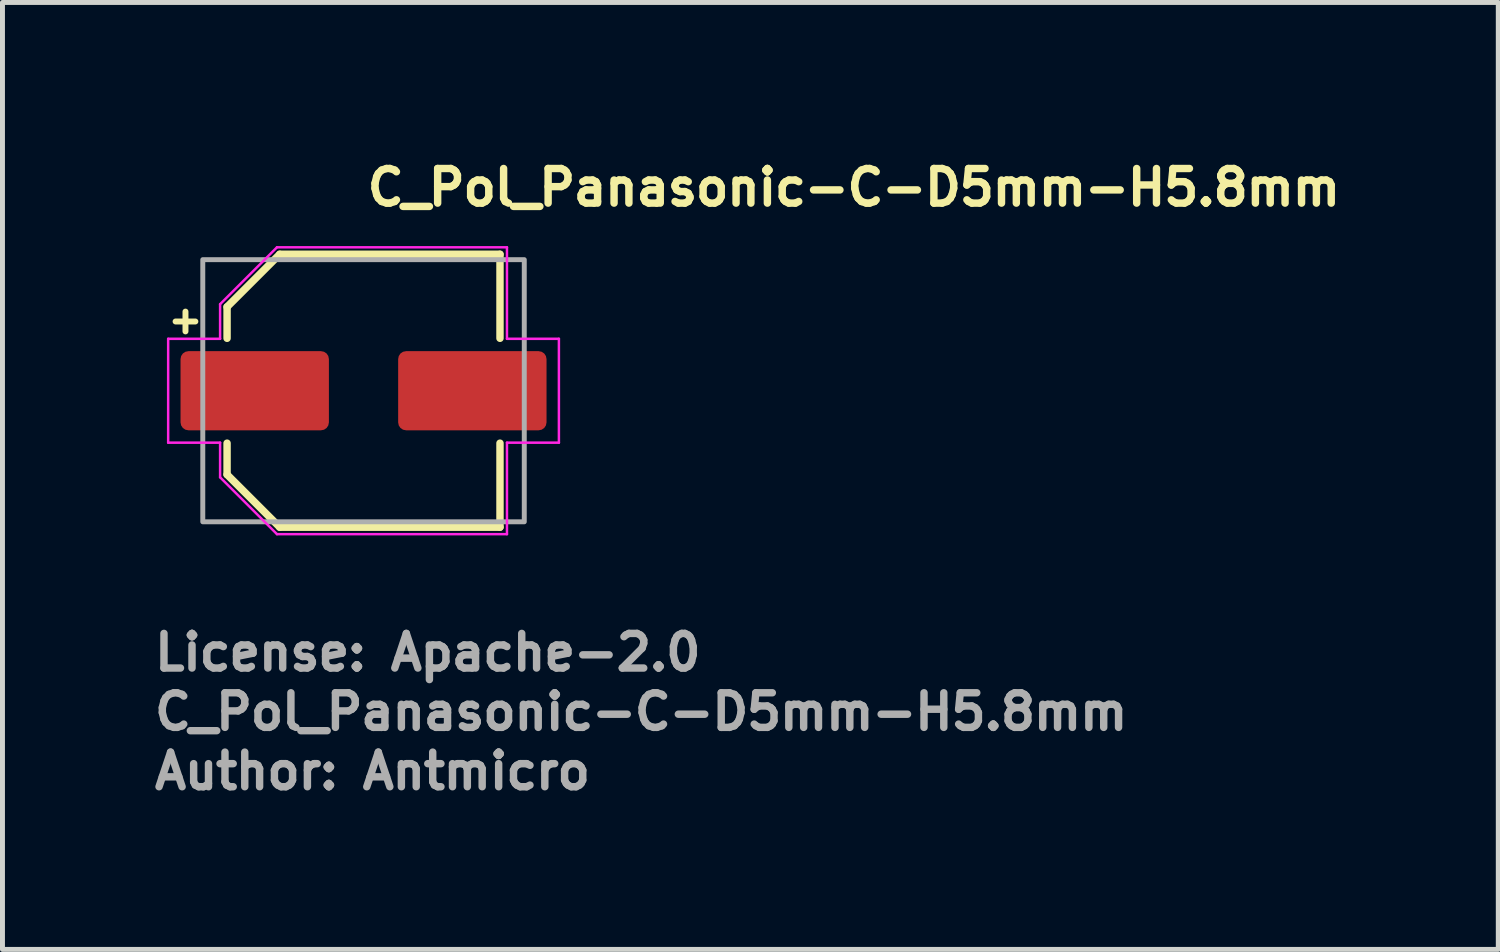
<source format=kicad_pcb>
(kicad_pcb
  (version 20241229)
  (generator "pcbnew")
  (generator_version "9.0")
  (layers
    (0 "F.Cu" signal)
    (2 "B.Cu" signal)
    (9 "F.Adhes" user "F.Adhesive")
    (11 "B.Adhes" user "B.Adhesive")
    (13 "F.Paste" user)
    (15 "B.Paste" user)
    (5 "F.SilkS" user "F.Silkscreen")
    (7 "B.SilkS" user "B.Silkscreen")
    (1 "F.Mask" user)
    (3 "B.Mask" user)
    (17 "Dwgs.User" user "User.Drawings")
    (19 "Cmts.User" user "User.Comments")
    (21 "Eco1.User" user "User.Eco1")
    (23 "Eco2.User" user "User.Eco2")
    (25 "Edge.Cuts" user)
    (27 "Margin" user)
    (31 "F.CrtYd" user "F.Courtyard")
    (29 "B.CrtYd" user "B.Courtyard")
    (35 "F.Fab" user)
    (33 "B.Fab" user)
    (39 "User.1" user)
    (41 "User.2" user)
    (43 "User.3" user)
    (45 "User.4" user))
  (footprint "C_Pol_Panasonic-C-D5mm-H5.8mm"
    (layer "F.Cu")
    (at 4.3 4.85)
    (property "Reference" "C_Pol_Panasonic-C-D5mm-H5.8mm" (at 0 -3.7 0) (layer "F.SilkS") (effects (font (size 0.7 0.7) (thickness 0.15)) (justify left bottom)))
    (attr smd)
    (fp_line (start -3.8 -1.4) (end -3.4 -1.4) (stroke (width 0.12) (type solid)) (layer "F.SilkS"))
    (fp_line (start -3.6 -1.6) (end -3.6 -1.2) (stroke (width 0.12) (type solid)) (layer "F.SilkS"))
    (fp_line (start -2.759 -1.695) (end -2.759 -1.06) (stroke (width 0.15) (type solid)) (layer "F.SilkS"))
    (fp_line (start -2.759 -1.695) (end -1.695 -2.759) (stroke (width 0.15) (type solid)) (layer "F.SilkS"))
    (fp_line (start -2.759 1.695) (end -2.759 1.06) (stroke (width 0.15) (type solid)) (layer "F.SilkS"))
    (fp_line (start -2.759 1.695) (end -1.695 2.759) (stroke (width 0.15) (type solid)) (layer "F.SilkS"))
    (fp_line (start -1.695 -2.759) (end 2.759 -2.759) (stroke (width 0.15) (type solid)) (layer "F.SilkS"))
    (fp_line (start -1.695 2.759) (end 2.759 2.759) (stroke (width 0.15) (type solid)) (layer "F.SilkS"))
    (fp_line (start 2.759 -2.759) (end 2.759 -1.06) (stroke (width 0.15) (type solid)) (layer "F.SilkS"))
    (fp_line (start 2.759 2.759) (end 2.759 1.06) (stroke (width 0.15) (type solid)) (layer "F.SilkS"))
    (fp_line (start -3.95 -1.05) (end -3.95 1.05) (stroke (width 0.05) (type solid)) (layer "F.CrtYd"))
    (fp_line (start -3.95 1.05) (end -2.9 1.05) (stroke (width 0.05) (type solid)) (layer "F.CrtYd"))
    (fp_line (start -2.9 -1.75) (end -2.9 -1.05) (stroke (width 0.05) (type solid)) (layer "F.CrtYd"))
    (fp_line (start -2.9 -1.75) (end -1.75 -2.9) (stroke (width 0.05) (type solid)) (layer "F.CrtYd"))
    (fp_line (start -2.9 -1.05) (end -3.95 -1.05) (stroke (width 0.05) (type solid)) (layer "F.CrtYd"))
    (fp_line (start -2.9 1.05) (end -2.9 1.75) (stroke (width 0.05) (type solid)) (layer "F.CrtYd"))
    (fp_line (start -2.9 1.75) (end -1.75 2.9) (stroke (width 0.05) (type solid)) (layer "F.CrtYd"))
    (fp_line (start -1.75 -2.9) (end 2.9 -2.9) (stroke (width 0.05) (type solid)) (layer "F.CrtYd"))
    (fp_line (start -1.75 2.9) (end 2.9 2.9) (stroke (width 0.05) (type solid)) (layer "F.CrtYd"))
    (fp_line (start 2.9 -2.9) (end 2.9 -1.05) (stroke (width 0.05) (type solid)) (layer "F.CrtYd"))
    (fp_line (start 2.9 -1.05) (end 3.95 -1.05) (stroke (width 0.05) (type solid)) (layer "F.CrtYd"))
    (fp_line (start 2.9 1.05) (end 2.9 2.9) (stroke (width 0.05) (type solid)) (layer "F.CrtYd"))
    (fp_line (start 3.95 -1.05) (end 3.95 1.05) (stroke (width 0.05) (type solid)) (layer "F.CrtYd"))
    (fp_line (start 3.95 1.05) (end 2.9 1.05) (stroke (width 0.05) (type solid)) (layer "F.CrtYd"))
    (fp_rect (start -3.25 -2.65) (end 3.25 2.65) (stroke (width 0.1) (type solid)) (fill no) (layer "F.Fab"))
    (fp_rect (start -3.25 -2.65) (end 3.25 2.65) (stroke (width 0.1) (type solid)) (fill no) (layer "User.5"))
    (fp_line (start -3.25 -0.325) (end -3.25 0.325) (stroke (width 0.02) (type solid)) (layer "User.9"))
    (fp_line (start -3.25 0.325) (end -2.65 0.325) (stroke (width 0.02) (type solid)) (layer "User.9"))
    (fp_line (start -2.65 -1.649) (end -2.65 -0.517) (stroke (width 0.02) (type solid)) (layer "User.9"))
    (fp_line (start -2.65 -0.517) (end -2.65 0.517) (stroke (width 0.02) (type solid)) (layer "User.9"))
    (fp_line (start -2.65 -0.517) (end -2.628 -0.617) (stroke (width 0.02) (type solid)) (layer "User.9"))
    (fp_line (start -2.65 -0.325) (end -3.25 -0.325) (stroke (width 0.02) (type solid)) (layer "User.9"))
    (fp_line (start -2.65 0.517) (end -2.65 1.649) (stroke (width 0.02) (type solid)) (layer "User.9"))
    (fp_line (start -2.65 1.649) (end -1.649 2.65) (stroke (width 0.02) (type solid)) (layer "User.9"))
    (fp_line (start -2.628 -0.617) (end -2.603 -0.716) (stroke (width 0.02) (type solid)) (layer "User.9"))
    (fp_line (start -2.628 0.617) (end -2.65 0.517) (stroke (width 0.02) (type solid)) (layer "User.9"))
    (fp_line (start -2.603 -0.716) (end -2.542 -0.909) (stroke (width 0.02) (type solid)) (layer "User.9"))
    (fp_line (start -2.603 0.716) (end -2.628 0.617) (stroke (width 0.02) (type solid)) (layer "User.9"))
    (fp_line (start -2.542 -0.909) (end -2.467 -1.096) (stroke (width 0.02) (type solid)) (layer "User.9"))
    (fp_line (start -2.542 0.909) (end -2.603 0.716) (stroke (width 0.02) (type solid)) (layer "User.9"))
    (fp_line (start -2.5 0) (end -2.495 -0.148) (stroke (width 0.02) (type solid)) (layer "User.9"))
    (fp_line (start -2.498 0.073) (end -2.5 0) (stroke (width 0.02) (type solid)) (layer "User.9"))
    (fp_line (start -2.495 -0.148) (end -2.482 -0.295) (stroke (width 0.02) (type solid)) (layer "User.9"))
    (fp_line (start -2.495 0.147) (end -2.498 0.073) (stroke (width 0.02) (type solid)) (layer "User.9"))
    (fp_line (start -2.495 0.148) (end -2.5 0) (stroke (width 0.02) (type solid)) (layer "User.9"))
    (fp_line (start -2.49 0.221) (end -2.495 0.147) (stroke (width 0.02) (type solid)) (layer "User.9"))
    (fp_line (start -2.482 -0.295) (end -2.46 -0.441) (stroke (width 0.02) (type solid)) (layer "User.9"))
    (fp_line (start -2.482 0.295) (end -2.495 0.148) (stroke (width 0.02) (type solid)) (layer "User.9"))
    (fp_line (start -2.482 0.295) (end -2.49 0.221) (stroke (width 0.02) (type solid)) (layer "User.9"))
    (fp_line (start -2.472 0.369) (end -2.482 0.295) (stroke (width 0.02) (type solid)) (layer "User.9"))
    (fp_line (start -2.467 -1.096) (end -2.379 -1.275) (stroke (width 0.02) (type solid)) (layer "User.9"))
    (fp_line (start -2.467 1.096) (end -2.542 0.909) (stroke (width 0.02) (type solid)) (layer "User.9"))
    (fp_line (start -2.46 -0.441) (end -2.43 -0.584) (stroke (width 0.02) (type solid)) (layer "User.9"))
    (fp_line (start -2.46 0.441) (end -2.482 0.295) (stroke (width 0.02) (type solid)) (layer "User.9"))
    (fp_line (start -2.46 0.442) (end -2.472 0.369) (stroke (width 0.02) (type solid)) (layer "User.9"))
    (fp_line (start -2.446 0.515) (end -2.46 0.442) (stroke (width 0.02) (type solid)) (layer "User.9"))
    (fp_line (start -2.43 -0.584) (end -2.392 -0.725) (stroke (width 0.02) (type solid)) (layer "User.9"))
    (fp_line (start -2.43 0.584) (end -2.46 0.441) (stroke (width 0.02) (type solid)) (layer "User.9"))
    (fp_line (start -2.429 0.588) (end -2.446 0.515) (stroke (width 0.02) (type solid)) (layer "User.9"))
    (fp_line (start -2.411 0.66) (end -2.429 0.588) (stroke (width 0.02) (type solid)) (layer "User.9"))
    (fp_line (start -2.392 -0.725) (end -2.346 -0.863) (stroke (width 0.02) (type solid)) (layer "User.9"))
    (fp_line (start -2.392 0.725) (end -2.43 0.584) (stroke (width 0.02) (type solid)) (layer "User.9"))
    (fp_line (start -2.39 0.732) (end -2.411 0.66) (stroke (width 0.02) (type solid)) (layer "User.9"))
    (fp_line (start -2.379 -1.275) (end -2.279 -1.447) (stroke (width 0.02) (type solid)) (layer "User.9"))
    (fp_line (start -2.379 1.275) (end -2.467 1.096) (stroke (width 0.02) (type solid)) (layer "User.9"))
    (fp_line (start -2.367 0.803) (end -2.39 0.732) (stroke (width 0.02) (type solid)) (layer "User.9"))
    (fp_line (start -2.346 -0.863) (end -2.292 -0.998) (stroke (width 0.02) (type solid)) (layer "User.9"))
    (fp_line (start -2.346 0.863) (end -2.392 0.725) (stroke (width 0.02) (type solid)) (layer "User.9"))
    (fp_line (start -2.342 0.873) (end -2.367 0.803) (stroke (width 0.02) (type solid)) (layer "User.9"))
    (fp_line (start -2.315 0.943) (end -2.342 0.873) (stroke (width 0.02) (type solid)) (layer "User.9"))
    (fp_line (start -2.292 -0.998) (end -2.23 -1.129) (stroke (width 0.02) (type solid)) (layer "User.9"))
    (fp_line (start -2.292 0.998) (end -2.346 0.863) (stroke (width 0.02) (type solid)) (layer "User.9"))
    (fp_line (start -2.286 1.011) (end -2.315 0.943) (stroke (width 0.02) (type solid)) (layer "User.9"))
    (fp_line (start -2.279 -1.447) (end -2.167 -1.61) (stroke (width 0.02) (type solid)) (layer "User.9"))
    (fp_line (start -2.279 1.447) (end -2.379 1.275) (stroke (width 0.02) (type solid)) (layer "User.9"))
    (fp_line (start -2.259 -1.07) (end -2.223 -1.142) (stroke (width 0.02) (type solid)) (layer "User.9"))
    (fp_line (start -2.259 -1.07) (end -2.223 -1.142) (stroke (width 0.02) (type solid)) (layer "User.9"))
    (fp_line (start -2.254 1.079) (end -2.286 1.011) (stroke (width 0.02) (type solid)) (layer "User.9"))
    (fp_line (start -2.23 -1.129) (end -2.16 -1.257) (stroke (width 0.02) (type solid)) (layer "User.9"))
    (fp_line (start -2.23 1.129) (end -2.292 0.998) (stroke (width 0.02) (type solid)) (layer "User.9"))
    (fp_line (start -2.223 -1.142) (end -2.185 -1.213) (stroke (width 0.02) (type solid)) (layer "User.9"))
    (fp_line (start -2.223 -1.142) (end -2.185 -1.213) (stroke (width 0.02) (type solid)) (layer "User.9"))
    (fp_line (start -2.223 1.142) (end -2.259 1.07) (stroke (width 0.02) (type solid)) (layer "User.9"))
    (fp_line (start -2.221 1.146) (end -2.254 1.079) (stroke (width 0.02) (type solid)) (layer "User.9"))
    (fp_line (start -2.221 1.146) (end -2.221 1.146) (stroke (width 0.02) (type solid)) (layer "User.9"))
    (fp_line (start -2.186 1.213) (end -2.221 1.146) (stroke (width 0.02) (type solid)) (layer "User.9"))
    (fp_line (start -2.185 -1.213) (end -2.145 -1.283) (stroke (width 0.02) (type solid)) (layer "User.9"))
    (fp_line (start -2.185 -1.213) (end -2.145 -1.283) (stroke (width 0.02) (type solid)) (layer "User.9"))
    (fp_line (start -2.185 1.213) (end -2.223 1.142) (stroke (width 0.02) (type solid)) (layer "User.9"))
    (fp_line (start -2.167 -1.61) (end -2.043 -1.764) (stroke (width 0.02) (type solid)) (layer "User.9"))
    (fp_line (start -2.167 1.61) (end -2.279 1.447) (stroke (width 0.02) (type solid)) (layer "User.9"))
    (fp_line (start -2.16 -1.257) (end -2.084 -1.38) (stroke (width 0.02) (type solid)) (layer "User.9"))
    (fp_line (start -2.16 1.257) (end -2.23 1.129) (stroke (width 0.02) (type solid)) (layer "User.9"))
    (fp_line (start -2.148 1.278) (end -2.186 1.213) (stroke (width 0.02) (type solid)) (layer "User.9"))
    (fp_line (start -2.145 -1.283) (end -2.103 -1.351) (stroke (width 0.02) (type solid)) (layer "User.9"))
    (fp_line (start -2.145 -1.283) (end -2.103 -1.351) (stroke (width 0.02) (type solid)) (layer "User.9"))
    (fp_line (start -2.145 1.283) (end -2.185 1.213) (stroke (width 0.02) (type solid)) (layer "User.9"))
    (fp_line (start -2.109 1.341) (end -2.148 1.278) (stroke (width 0.02) (type solid)) (layer "User.9"))
    (fp_line (start -2.103 -1.351) (end -2.058 -1.418) (stroke (width 0.02) (type solid)) (layer "User.9"))
    (fp_line (start -2.103 -1.351) (end -2.058 -1.418) (stroke (width 0.02) (type solid)) (layer "User.9"))
    (fp_line (start -2.103 1.351) (end -2.145 1.283) (stroke (width 0.02) (type solid)) (layer "User.9"))
    (fp_line (start -2.084 -1.38) (end -2 -1.499) (stroke (width 0.02) (type solid)) (layer "User.9"))
    (fp_line (start -2.084 1.38) (end -2.16 1.257) (stroke (width 0.02) (type solid)) (layer "User.9"))
    (fp_line (start -2.068 1.404) (end -2.109 1.341) (stroke (width 0.02) (type solid)) (layer "User.9"))
    (fp_line (start -2.058 -1.418) (end -2.012 -1.483) (stroke (width 0.02) (type solid)) (layer "User.9"))
    (fp_line (start -2.058 -1.418) (end -2.012 -1.483) (stroke (width 0.02) (type solid)) (layer "User.9"))
    (fp_line (start -2.058 1.418) (end -2.103 1.351) (stroke (width 0.02) (type solid)) (layer "User.9"))
    (fp_line (start -2.043 -1.764) (end -1.909 -1.909) (stroke (width 0.02) (type solid)) (layer "User.9"))
    (fp_line (start -2.043 1.764) (end -2.167 1.61) (stroke (width 0.02) (type solid)) (layer "User.9"))
    (fp_line (start -2.024 1.465) (end -2.068 1.404) (stroke (width 0.02) (type solid)) (layer "User.9"))
    (fp_line (start -2.012 -1.483) (end -1.963 -1.547) (stroke (width 0.02) (type solid)) (layer "User.9"))
    (fp_line (start -2.012 -1.483) (end -1.963 -1.547) (stroke (width 0.02) (type solid)) (layer "User.9"))
    (fp_line (start -2.012 1.483) (end -2.058 1.418) (stroke (width 0.02) (type solid)) (layer "User.9"))
    (fp_line (start -2 -1.499) (end -1.909 -1.613) (stroke (width 0.02) (type solid)) (layer "User.9"))
    (fp_line (start -2 1.499) (end -2.084 1.38) (stroke (width 0.02) (type solid)) (layer "User.9"))
    (fp_line (start -1.98 1.526) (end -2.024 1.465) (stroke (width 0.02) (type solid)) (layer "User.9"))
    (fp_line (start -1.963 -1.547) (end -1.912 -1.609) (stroke (width 0.02) (type solid)) (layer "User.9"))
    (fp_line (start -1.963 -1.547) (end -1.912 -1.609) (stroke (width 0.02) (type solid)) (layer "User.9"))
    (fp_line (start -1.963 1.547) (end -2.012 1.483) (stroke (width 0.02) (type solid)) (layer "User.9"))
    (fp_line (start -1.933 1.584) (end -1.98 1.526) (stroke (width 0.02) (type solid)) (layer "User.9"))
    (fp_line (start -1.912 -1.609) (end -1.859 -1.67) (stroke (width 0.02) (type solid)) (layer "User.9"))
    (fp_line (start -1.912 -1.609) (end -1.859 -1.67) (stroke (width 0.02) (type solid)) (layer "User.9"))
    (fp_line (start -1.912 1.609) (end -1.963 1.547) (stroke (width 0.02) (type solid)) (layer "User.9"))
    (fp_line (start -1.909 -1.909) (end -1.764 -2.043) (stroke (width 0.02) (type solid)) (layer "User.9"))
    (fp_line (start -1.909 -1.613) (end -1.811 -1.722) (stroke (width 0.02) (type solid)) (layer "User.9"))
    (fp_line (start -1.909 1.613) (end -2 1.499) (stroke (width 0.02) (type solid)) (layer "User.9"))
    (fp_line (start -1.909 1.909) (end -2.043 1.764) (stroke (width 0.02) (type solid)) (layer "User.9"))
    (fp_line (start -1.884 1.642) (end -1.933 1.584) (stroke (width 0.02) (type solid)) (layer "User.9"))
    (fp_line (start -1.859 -1.67) (end -1.805 -1.729) (stroke (width 0.02) (type solid)) (layer "User.9"))
    (fp_line (start -1.859 -1.67) (end -1.805 -1.729) (stroke (width 0.02) (type solid)) (layer "User.9"))
    (fp_line (start -1.859 1.67) (end -1.912 1.609) (stroke (width 0.02) (type solid)) (layer "User.9"))
    (fp_line (start -1.834 1.698) (end -1.884 1.642) (stroke (width 0.02) (type solid)) (layer "User.9"))
    (fp_line (start -1.811 -1.722) (end -1.707 -1.826) (stroke (width 0.02) (type solid)) (layer "User.9"))
    (fp_line (start -1.811 1.722) (end -1.909 1.613) (stroke (width 0.02) (type solid)) (layer "User.9"))
    (fp_line (start -1.805 -1.729) (end -1.748 -1.786) (stroke (width 0.02) (type solid)) (layer "User.9"))
    (fp_line (start -1.805 -1.729) (end -1.748 -1.786) (stroke (width 0.02) (type solid)) (layer "User.9"))
    (fp_line (start -1.805 1.729) (end -1.859 1.67) (stroke (width 0.02) (type solid)) (layer "User.9"))
    (fp_line (start -1.782 1.752) (end -1.834 1.698) (stroke (width 0.02) (type solid)) (layer "User.9"))
    (fp_line (start -1.764 -2.043) (end -1.61 -2.167) (stroke (width 0.02) (type solid)) (layer "User.9"))
    (fp_line (start -1.764 2.043) (end -1.909 1.909) (stroke (width 0.02) (type solid)) (layer "User.9"))
    (fp_line (start -1.748 -1.786) (end -1.69 -1.842) (stroke (width 0.02) (type solid)) (layer "User.9"))
    (fp_line (start -1.748 -1.786) (end -1.69 -1.842) (stroke (width 0.02) (type solid)) (layer "User.9"))
    (fp_line (start -1.748 1.786) (end -1.805 1.729) (stroke (width 0.02) (type solid)) (layer "User.9"))
    (fp_line (start -1.729 1.805) (end -1.782 1.752) (stroke (width 0.02) (type solid)) (layer "User.9"))
    (fp_line (start -1.707 -1.826) (end -1.596 -1.924) (stroke (width 0.02) (type solid)) (layer "User.9"))
    (fp_line (start -1.707 1.826) (end -1.811 1.722) (stroke (width 0.02) (type solid)) (layer "User.9"))
    (fp_line (start -1.69 -1.842) (end -1.63 -1.895) (stroke (width 0.02) (type solid)) (layer "User.9"))
    (fp_line (start -1.69 -1.842) (end -1.63 -1.895) (stroke (width 0.02) (type solid)) (layer "User.9"))
    (fp_line (start -1.69 1.842) (end -1.748 1.786) (stroke (width 0.02) (type solid)) (layer "User.9"))
    (fp_line (start -1.674 1.856) (end -1.729 1.805) (stroke (width 0.02) (type solid)) (layer "User.9"))
    (fp_line (start -1.649 -2.65) (end -2.65 -1.649) (stroke (width 0.02) (type solid)) (layer "User.9"))
    (fp_line (start -1.63 -1.895) (end -1.568 -1.947) (stroke (width 0.02) (type solid)) (layer "User.9"))
    (fp_line (start -1.63 -1.895) (end -1.568 -1.947) (stroke (width 0.02) (type solid)) (layer "User.9"))
    (fp_line (start -1.63 1.895) (end -1.69 1.842) (stroke (width 0.02) (type solid)) (layer "User.9"))
    (fp_line (start -1.617 1.906) (end -1.674 1.856) (stroke (width 0.02) (type solid)) (layer "User.9"))
    (fp_line (start -1.61 -2.167) (end -1.447 -2.279) (stroke (width 0.02) (type solid)) (layer "User.9"))
    (fp_line (start -1.61 2.167) (end -1.764 2.043) (stroke (width 0.02) (type solid)) (layer "User.9"))
    (fp_line (start -1.596 -1.924) (end -1.479 -2.015) (stroke (width 0.02) (type solid)) (layer "User.9"))
    (fp_line (start -1.596 1.924) (end -1.707 1.826) (stroke (width 0.02) (type solid)) (layer "User.9"))
    (fp_line (start -1.568 -1.947) (end -1.504 -1.996) (stroke (width 0.02) (type solid)) (layer "User.9"))
    (fp_line (start -1.568 -1.947) (end -1.504 -1.996) (stroke (width 0.02) (type solid)) (layer "User.9"))
    (fp_line (start -1.568 1.947) (end -1.63 1.895) (stroke (width 0.02) (type solid)) (layer "User.9"))
    (fp_line (start -1.559 1.953) (end -1.617 1.906) (stroke (width 0.02) (type solid)) (layer "User.9"))
    (fp_line (start -1.504 -1.996) (end -1.439 -2.043) (stroke (width 0.02) (type solid)) (layer "User.9"))
    (fp_line (start -1.504 -1.996) (end -1.439 -2.043) (stroke (width 0.02) (type solid)) (layer "User.9"))
    (fp_line (start -1.504 1.996) (end -1.568 1.947) (stroke (width 0.02) (type solid)) (layer "User.9"))
    (fp_line (start -1.5 1.999) (end -1.559 1.953) (stroke (width 0.02) (type solid)) (layer "User.9"))
    (fp_line (start -1.479 -2.015) (end -1.479 -2.015) (stroke (width 0.02) (type solid)) (layer "User.9"))
    (fp_line (start -1.479 -2.015) (end -1.356 -2.099) (stroke (width 0.02) (type solid)) (layer "User.9"))
    (fp_line (start -1.479 2.015) (end -1.596 1.924) (stroke (width 0.02) (type solid)) (layer "User.9"))
    (fp_line (start -1.479 2.015) (end -1.479 2.015) (stroke (width 0.02) (type solid)) (layer "User.9"))
    (fp_line (start -1.447 -2.279) (end -1.275 -2.379) (stroke (width 0.02) (type solid)) (layer "User.9"))
    (fp_line (start -1.447 2.279) (end -1.61 2.167) (stroke (width 0.02) (type solid)) (layer "User.9"))
    (fp_line (start -1.439 2.043) (end -1.504 1.996) (stroke (width 0.02) (type solid)) (layer "User.9"))
    (fp_line (start -1.439 2.043) (end -1.5 1.999) (stroke (width 0.02) (type solid)) (layer "User.9"))
    (fp_line (start -1.356 -2.099) (end -1.23 -2.176) (stroke (width 0.02) (type solid)) (layer "User.9"))
    (fp_line (start -1.356 2.099) (end -1.479 2.015) (stroke (width 0.02) (type solid)) (layer "User.9"))
    (fp_line (start -1.275 -2.379) (end -1.096 -2.467) (stroke (width 0.02) (type solid)) (layer "User.9"))
    (fp_line (start -1.275 2.379) (end -1.447 2.279) (stroke (width 0.02) (type solid)) (layer "User.9"))
    (fp_line (start -1.23 -2.176) (end -1.1 -2.245) (stroke (width 0.02) (type solid)) (layer "User.9"))
    (fp_line (start -1.23 2.176) (end -1.356 2.099) (stroke (width 0.02) (type solid)) (layer "User.9"))
    (fp_line (start -1.1 -2.245) (end -0.966 -2.305) (stroke (width 0.02) (type solid)) (layer "User.9"))
    (fp_line (start -1.1 2.245) (end -1.23 2.176) (stroke (width 0.02) (type solid)) (layer "User.9"))
    (fp_line (start -1.096 -2.467) (end -0.909 -2.542) (stroke (width 0.02) (type solid)) (layer "User.9"))
    (fp_line (start -1.096 2.467) (end -1.275 2.379) (stroke (width 0.02) (type solid)) (layer "User.9"))
    (fp_line (start -0.966 -2.305) (end -0.83 -2.358) (stroke (width 0.02) (type solid)) (layer "User.9"))
    (fp_line (start -0.966 2.305) (end -1.1 2.245) (stroke (width 0.02) (type solid)) (layer "User.9"))
    (fp_line (start -0.909 -2.542) (end -0.716 -2.603) (stroke (width 0.02) (type solid)) (layer "User.9"))
    (fp_line (start -0.909 2.542) (end -1.096 2.467) (stroke (width 0.02) (type solid)) (layer "User.9"))
    (fp_line (start -0.83 -2.358) (end -0.691 -2.402) (stroke (width 0.02) (type solid)) (layer "User.9"))
    (fp_line (start -0.83 2.358) (end -0.966 2.305) (stroke (width 0.02) (type solid)) (layer "User.9"))
    (fp_line (start -0.716 -2.603) (end -0.617 -2.628) (stroke (width 0.02) (type solid)) (layer "User.9"))
    (fp_line (start -0.716 2.603) (end -0.909 2.542) (stroke (width 0.02) (type solid)) (layer "User.9"))
    (fp_line (start -0.691 -2.402) (end -0.551 -2.438) (stroke (width 0.02) (type solid)) (layer "User.9"))
    (fp_line (start -0.691 2.402) (end -0.83 2.358) (stroke (width 0.02) (type solid)) (layer "User.9"))
    (fp_line (start -0.617 -2.628) (end -0.517 -2.65) (stroke (width 0.02) (type solid)) (layer "User.9"))
    (fp_line (start -0.617 2.628) (end -0.716 2.603) (stroke (width 0.02) (type solid)) (layer "User.9"))
    (fp_line (start -0.551 -2.438) (end -0.408 -2.466) (stroke (width 0.02) (type solid)) (layer "User.9"))
    (fp_line (start -0.551 2.438) (end -0.691 2.402) (stroke (width 0.02) (type solid)) (layer "User.9"))
    (fp_line (start -0.517 -2.65) (end -1.649 -2.65) (stroke (width 0.02) (type solid)) (layer "User.9"))
    (fp_line (start -0.517 2.65) (end -1.649 2.65) (stroke (width 0.02) (type solid)) (layer "User.9"))
    (fp_line (start -0.517 2.65) (end -0.617 2.628) (stroke (width 0.02) (type solid)) (layer "User.9"))
    (fp_line (start -0.517 2.65) (end 0.517 2.65) (stroke (width 0.02) (type solid)) (layer "User.9"))
    (fp_line (start -0.408 -2.466) (end -0.264 -2.485) (stroke (width 0.02) (type solid)) (layer "User.9"))
    (fp_line (start -0.408 2.466) (end -0.551 2.438) (stroke (width 0.02) (type solid)) (layer "User.9"))
    (fp_line (start -0.264 -2.485) (end -0.119 -2.497) (stroke (width 0.02) (type solid)) (layer "User.9"))
    (fp_line (start -0.264 2.485) (end -0.408 2.466) (stroke (width 0.02) (type solid)) (layer "User.9"))
    (fp_line (start -0.119 -2.497) (end 0.025 -2.499) (stroke (width 0.02) (type solid)) (layer "User.9"))
    (fp_line (start -0.119 2.497) (end -0.264 2.485) (stroke (width 0.02) (type solid)) (layer "User.9"))
    (fp_line (start 0.025 -2.499) (end 0.171 -2.494) (stroke (width 0.02) (type solid)) (layer "User.9"))
    (fp_line (start 0.025 2.499) (end -0.119 2.497) (stroke (width 0.02) (type solid)) (layer "User.9"))
    (fp_line (start 0.171 -2.494) (end 0.317 -2.479) (stroke (width 0.02) (type solid)) (layer "User.9"))
    (fp_line (start 0.171 2.494) (end 0.025 2.499) (stroke (width 0.02) (type solid)) (layer "User.9"))
    (fp_line (start 0.317 -2.479) (end 0.462 -2.456) (stroke (width 0.02) (type solid)) (layer "User.9"))
    (fp_line (start 0.317 2.479) (end 0.171 2.494) (stroke (width 0.02) (type solid)) (layer "User.9"))
    (fp_line (start 0.462 -2.456) (end 0.606 -2.425) (stroke (width 0.02) (type solid)) (layer "User.9"))
    (fp_line (start 0.462 2.456) (end 0.317 2.479) (stroke (width 0.02) (type solid)) (layer "User.9"))
    (fp_line (start 0.517 -2.65) (end -0.517 -2.65) (stroke (width 0.02) (type solid)) (layer "User.9"))
    (fp_line (start 0.517 2.65) (end 0.617 2.628) (stroke (width 0.02) (type solid)) (layer "User.9"))
    (fp_line (start 0.517 2.65) (end 2.25 2.65) (stroke (width 0.02) (type solid)) (layer "User.9"))
    (fp_line (start 0.606 -2.425) (end 0.75 -2.384) (stroke (width 0.02) (type solid)) (layer "User.9"))
    (fp_line (start 0.606 2.425) (end 0.462 2.456) (stroke (width 0.02) (type solid)) (layer "User.9"))
    (fp_line (start 0.617 -2.628) (end 0.517 -2.65) (stroke (width 0.02) (type solid)) (layer "User.9"))
    (fp_line (start 0.617 2.628) (end 0.716 2.603) (stroke (width 0.02) (type solid)) (layer "User.9"))
    (fp_line (start 0.716 -2.603) (end 0.617 -2.628) (stroke (width 0.02) (type solid)) (layer "User.9"))
    (fp_line (start 0.716 2.603) (end 0.909 2.542) (stroke (width 0.02) (type solid)) (layer "User.9"))
    (fp_line (start 0.75 -2.384) (end 0.846 -2.352) (stroke (width 0.02) (type solid)) (layer "User.9"))
    (fp_line (start 0.75 2.384) (end 0.606 2.425) (stroke (width 0.02) (type solid)) (layer "User.9"))
    (fp_line (start 0.846 -2.352) (end 0.941 -2.316) (stroke (width 0.02) (type solid)) (layer "User.9"))
    (fp_line (start 0.909 -2.542) (end 0.716 -2.603) (stroke (width 0.02) (type solid)) (layer "User.9"))
    (fp_line (start 0.909 2.542) (end 1.096 2.467) (stroke (width 0.02) (type solid)) (layer "User.9"))
    (fp_line (start 0.941 -2.316) (end 1.033 -2.276) (stroke (width 0.02) (type solid)) (layer "User.9"))
    (fp_line (start 0.941 2.316) (end 0.749 2.384) (stroke (width 0.02) (type solid)) (layer "User.9"))
    (fp_line (start 1.033 -2.276) (end 1.124 -2.233) (stroke (width 0.02) (type solid)) (layer "User.9"))
    (fp_line (start 1.093 -2.248) (end 1.197 -2.194) (stroke (width 0.02) (type solid)) (layer "User.9"))
    (fp_line (start 1.093 -2.248) (end 1.197 -2.194) (stroke (width 0.02) (type solid)) (layer "User.9"))
    (fp_line (start 1.096 -2.467) (end 0.909 -2.542) (stroke (width 0.02) (type solid)) (layer "User.9"))
    (fp_line (start 1.096 2.467) (end 1.275 2.379) (stroke (width 0.02) (type solid)) (layer "User.9"))
    (fp_line (start 1.124 -2.233) (end 1.212 -2.186) (stroke (width 0.02) (type solid)) (layer "User.9"))
    (fp_line (start 1.124 2.233) (end 0.941 2.316) (stroke (width 0.02) (type solid)) (layer "User.9"))
    (fp_line (start 1.197 -2.194) (end 1.298 -2.136) (stroke (width 0.02) (type solid)) (layer "User.9"))
    (fp_line (start 1.197 -2.194) (end 1.298 -2.136) (stroke (width 0.02) (type solid)) (layer "User.9"))
    (fp_line (start 1.197 2.194) (end 1.093 2.248) (stroke (width 0.02) (type solid)) (layer "User.9"))
    (fp_line (start 1.197 2.194) (end 1.093 2.248) (stroke (width 0.02) (type solid)) (layer "User.9"))
    (fp_line (start 1.212 -2.186) (end 1.298 -2.136) (stroke (width 0.02) (type solid)) (layer "User.9"))
    (fp_line (start 1.275 -2.379) (end 1.096 -2.467) (stroke (width 0.02) (type solid)) (layer "User.9"))
    (fp_line (start 1.275 2.379) (end 1.447 2.279) (stroke (width 0.02) (type solid)) (layer "User.9"))
    (fp_line (start 1.298 -2.136) (end 1.381 -2.083) (stroke (width 0.02) (type solid)) (layer "User.9"))
    (fp_line (start 1.298 -2.136) (end 1.396 -2.073) (stroke (width 0.02) (type solid)) (layer "User.9"))
    (fp_line (start 1.298 -2.136) (end 1.396 -2.073) (stroke (width 0.02) (type solid)) (layer "User.9"))
    (fp_line (start 1.298 2.136) (end 1.124 2.233) (stroke (width 0.02) (type solid)) (layer "User.9"))
    (fp_line (start 1.298 2.136) (end 1.197 2.194) (stroke (width 0.02) (type solid)) (layer "User.9"))
    (fp_line (start 1.298 2.136) (end 1.197 2.194) (stroke (width 0.02) (type solid)) (layer "User.9"))
    (fp_line (start 1.381 -2.083) (end 1.462 -2.027) (stroke (width 0.02) (type solid)) (layer "User.9"))
    (fp_line (start 1.396 -2.073) (end 1.491 -2.006) (stroke (width 0.02) (type solid)) (layer "User.9"))
    (fp_line (start 1.396 -2.073) (end 1.491 -2.006) (stroke (width 0.02) (type solid)) (layer "User.9"))
    (fp_line (start 1.396 2.073) (end 1.298 2.136) (stroke (width 0.02) (type solid)) (layer "User.9"))
    (fp_line (start 1.396 2.073) (end 1.298 2.136) (stroke (width 0.02) (type solid)) (layer "User.9"))
    (fp_line (start 1.447 -2.279) (end 1.275 -2.379) (stroke (width 0.02) (type solid)) (layer "User.9"))
    (fp_line (start 1.447 2.279) (end 1.61 2.167) (stroke (width 0.02) (type solid)) (layer "User.9"))
    (fp_line (start 1.462 -2.027) (end 1.541 -1.968) (stroke (width 0.02) (type solid)) (layer "User.9"))
    (fp_line (start 1.462 2.027) (end 1.298 2.136) (stroke (width 0.02) (type solid)) (layer "User.9"))
    (fp_line (start 1.491 -2.006) (end 1.583 -1.934) (stroke (width 0.02) (type solid)) (layer "User.9"))
    (fp_line (start 1.491 -2.006) (end 1.583 -1.934) (stroke (width 0.02) (type solid)) (layer "User.9"))
    (fp_line (start 1.491 2.006) (end 1.396 2.073) (stroke (width 0.02) (type solid)) (layer "User.9"))
    (fp_line (start 1.491 2.006) (end 1.396 2.073) (stroke (width 0.02) (type solid)) (layer "User.9"))
    (fp_line (start 1.541 -1.968) (end 1.617 -1.906) (stroke (width 0.02) (type solid)) (layer "User.9"))
    (fp_line (start 1.583 -1.934) (end 1.672 -1.858) (stroke (width 0.02) (type solid)) (layer "User.9"))
    (fp_line (start 1.583 -1.934) (end 1.672 -1.858) (stroke (width 0.02) (type solid)) (layer "User.9"))
    (fp_line (start 1.583 1.934) (end 1.491 2.006) (stroke (width 0.02) (type solid)) (layer "User.9"))
    (fp_line (start 1.583 1.934) (end 1.491 2.006) (stroke (width 0.02) (type solid)) (layer "User.9"))
    (fp_line (start 1.61 -2.167) (end 1.447 -2.279) (stroke (width 0.02) (type solid)) (layer "User.9"))
    (fp_line (start 1.61 2.167) (end 1.764 2.043) (stroke (width 0.02) (type solid)) (layer "User.9"))
    (fp_line (start 1.617 -1.906) (end 1.69 -1.841) (stroke (width 0.02) (type solid)) (layer "User.9"))
    (fp_line (start 1.617 1.906) (end 1.462 2.027) (stroke (width 0.02) (type solid)) (layer "User.9"))
    (fp_line (start 1.672 -1.858) (end 1.756 -1.778) (stroke (width 0.02) (type solid)) (layer "User.9"))
    (fp_line (start 1.672 -1.858) (end 1.756 -1.778) (stroke (width 0.02) (type solid)) (layer "User.9"))
    (fp_line (start 1.672 1.858) (end 1.583 1.934) (stroke (width 0.02) (type solid)) (layer "User.9"))
    (fp_line (start 1.672 1.858) (end 1.583 1.934) (stroke (width 0.02) (type solid)) (layer "User.9"))
    (fp_line (start 1.69 -1.841) (end 1.761 -1.774) (stroke (width 0.02) (type solid)) (layer "User.9"))
    (fp_line (start 1.756 -1.778) (end 1.837 -1.694) (stroke (width 0.02) (type solid)) (layer "User.9"))
    (fp_line (start 1.756 -1.778) (end 1.837 -1.694) (stroke (width 0.02) (type solid)) (layer "User.9"))
    (fp_line (start 1.756 1.778) (end 1.672 1.858) (stroke (width 0.02) (type solid)) (layer "User.9"))
    (fp_line (start 1.756 1.778) (end 1.672 1.858) (stroke (width 0.02) (type solid)) (layer "User.9"))
    (fp_line (start 1.761 -1.774) (end 1.829 -1.704) (stroke (width 0.02) (type solid)) (layer "User.9"))
    (fp_line (start 1.761 1.774) (end 1.617 1.906) (stroke (width 0.02) (type solid)) (layer "User.9"))
    (fp_line (start 1.764 -2.043) (end 1.61 -2.167) (stroke (width 0.02) (type solid)) (layer "User.9"))
    (fp_line (start 1.764 2.043) (end 1.909 1.909) (stroke (width 0.02) (type solid)) (layer "User.9"))
    (fp_line (start 1.829 -1.704) (end 1.894 -1.631) (stroke (width 0.02) (type solid)) (layer "User.9"))
    (fp_line (start 1.837 -1.694) (end 1.914 -1.607) (stroke (width 0.02) (type solid)) (layer "User.9"))
    (fp_line (start 1.837 -1.694) (end 1.914 -1.607) (stroke (width 0.02) (type solid)) (layer "User.9"))
    (fp_line (start 1.837 1.694) (end 1.756 1.778) (stroke (width 0.02) (type solid)) (layer "User.9"))
    (fp_line (start 1.837 1.694) (end 1.756 1.778) (stroke (width 0.02) (type solid)) (layer "User.9"))
    (fp_line (start 1.894 -1.631) (end 1.956 -1.556) (stroke (width 0.02) (type solid)) (layer "User.9"))
    (fp_line (start 1.894 1.631) (end 1.761 1.774) (stroke (width 0.02) (type solid)) (layer "User.9"))
    (fp_line (start 1.909 -1.909) (end 1.764 -2.043) (stroke (width 0.02) (type solid)) (layer "User.9"))
    (fp_line (start 1.909 1.909) (end 2.043 1.764) (stroke (width 0.02) (type solid)) (layer "User.9"))
    (fp_line (start 1.914 -1.607) (end 1.987 -1.516) (stroke (width 0.02) (type solid)) (layer "User.9"))
    (fp_line (start 1.914 -1.607) (end 1.987 -1.516) (stroke (width 0.02) (type solid)) (layer "User.9"))
    (fp_line (start 1.914 1.607) (end 1.837 1.694) (stroke (width 0.02) (type solid)) (layer "User.9"))
    (fp_line (start 1.914 1.607) (end 1.837 1.694) (stroke (width 0.02) (type solid)) (layer "User.9"))
    (fp_line (start 1.956 -1.556) (end 2.015 -1.479) (stroke (width 0.02) (type solid)) (layer "User.9"))
    (fp_line (start 1.987 -1.516) (end 2.056 -1.421) (stroke (width 0.02) (type solid)) (layer "User.9"))
    (fp_line (start 1.987 -1.516) (end 2.056 -1.421) (stroke (width 0.02) (type solid)) (layer "User.9"))
    (fp_line (start 1.987 1.516) (end 1.914 1.607) (stroke (width 0.02) (type solid)) (layer "User.9"))
    (fp_line (start 1.987 1.516) (end 1.914 1.607) (stroke (width 0.02) (type solid)) (layer "User.9"))
    (fp_line (start 2.015 -1.479) (end 2.071 -1.399) (stroke (width 0.02) (type solid)) (layer "User.9"))
    (fp_line (start 2.015 1.479) (end 1.894 1.631) (stroke (width 0.02) (type solid)) (layer "User.9"))
    (fp_line (start 2.043 -1.764) (end 1.909 -1.909) (stroke (width 0.02) (type solid)) (layer "User.9"))
    (fp_line (start 2.043 1.764) (end 2.167 1.61) (stroke (width 0.02) (type solid)) (layer "User.9"))
    (fp_line (start 2.056 -1.421) (end 2.12 -1.324) (stroke (width 0.02) (type solid)) (layer "User.9"))
    (fp_line (start 2.056 -1.421) (end 2.12 -1.324) (stroke (width 0.02) (type solid)) (layer "User.9"))
    (fp_line (start 2.056 1.421) (end 1.987 1.516) (stroke (width 0.02) (type solid)) (layer "User.9"))
    (fp_line (start 2.056 1.421) (end 1.987 1.516) (stroke (width 0.02) (type solid)) (layer "User.9"))
    (fp_line (start 2.071 -1.399) (end 2.124 -1.317) (stroke (width 0.02) (type solid)) (layer "User.9"))
    (fp_line (start 2.12 -1.324) (end 2.179 -1.224) (stroke (width 0.02) (type solid)) (layer "User.9"))
    (fp_line (start 2.12 -1.324) (end 2.179 -1.224) (stroke (width 0.02) (type solid)) (layer "User.9"))
    (fp_line (start 2.12 1.324) (end 2.056 1.421) (stroke (width 0.02) (type solid)) (layer "User.9"))
    (fp_line (start 2.12 1.324) (end 2.056 1.421) (stroke (width 0.02) (type solid)) (layer "User.9"))
    (fp_line (start 2.124 -1.317) (end 2.174 -1.233) (stroke (width 0.02) (type solid)) (layer "User.9"))
    (fp_line (start 2.124 1.317) (end 2.015 1.479) (stroke (width 0.02) (type solid)) (layer "User.9"))
    (fp_line (start 2.167 -1.61) (end 2.043 -1.764) (stroke (width 0.02) (type solid)) (layer "User.9"))
    (fp_line (start 2.167 1.61) (end 2.279 1.447) (stroke (width 0.02) (type solid)) (layer "User.9"))
    (fp_line (start 2.174 -1.233) (end 2.22 -1.148) (stroke (width 0.02) (type solid)) (layer "User.9"))
    (fp_line (start 2.179 -1.224) (end 2.234 -1.121) (stroke (width 0.02) (type solid)) (layer "User.9"))
    (fp_line (start 2.179 -1.224) (end 2.234 -1.121) (stroke (width 0.02) (type solid)) (layer "User.9"))
    (fp_line (start 2.179 1.224) (end 2.12 1.324) (stroke (width 0.02) (type solid)) (layer "User.9"))
    (fp_line (start 2.179 1.224) (end 2.12 1.324) (stroke (width 0.02) (type solid)) (layer "User.9"))
    (fp_line (start 2.22 -1.148) (end 2.264 -1.06) (stroke (width 0.02) (type solid)) (layer "User.9"))
    (fp_line (start 2.22 1.148) (end 2.124 1.317) (stroke (width 0.02) (type solid)) (layer "User.9"))
    (fp_line (start 2.234 -1.121) (end 2.284 -1.016) (stroke (width 0.02) (type solid)) (layer "User.9"))
    (fp_line (start 2.234 -1.121) (end 2.284 -1.016) (stroke (width 0.02) (type solid)) (layer "User.9"))
    (fp_line (start 2.234 1.121) (end 2.179 1.224) (stroke (width 0.02) (type solid)) (layer "User.9"))
    (fp_line (start 2.234 1.121) (end 2.179 1.224) (stroke (width 0.02) (type solid)) (layer "User.9"))
    (fp_line (start 2.25 -2.65) (end 0.517 -2.65) (stroke (width 0.02) (type solid)) (layer "User.9"))
    (fp_line (start 2.25 -2.65) (end 2.269 -2.649) (stroke (width 0.02) (type solid)) (layer "User.9"))
    (fp_line (start 2.264 -1.06) (end 2.303 -0.97) (stroke (width 0.02) (type solid)) (layer "User.9"))
    (fp_line (start 2.269 -2.649) (end 2.289 -2.648) (stroke (width 0.02) (type solid)) (layer "User.9"))
    (fp_line (start 2.269 2.649) (end 2.25 2.65) (stroke (width 0.02) (type solid)) (layer "User.9"))
    (fp_line (start 2.279 -1.447) (end 2.167 -1.61) (stroke (width 0.02) (type solid)) (layer "User.9"))
    (fp_line (start 2.279 1.447) (end 2.379 1.275) (stroke (width 0.02) (type solid)) (layer "User.9"))
    (fp_line (start 2.284 -1.016) (end 2.329 -0.908) (stroke (width 0.02) (type solid)) (layer "User.9"))
    (fp_line (start 2.284 -1.016) (end 2.329 -0.908) (stroke (width 0.02) (type solid)) (layer "User.9"))
    (fp_line (start 2.284 1.016) (end 2.234 1.121) (stroke (width 0.02) (type solid)) (layer "User.9"))
    (fp_line (start 2.284 1.016) (end 2.234 1.121) (stroke (width 0.02) (type solid)) (layer "User.9"))
    (fp_line (start 2.289 -2.648) (end 2.309 -2.645) (stroke (width 0.02) (type solid)) (layer "User.9"))
    (fp_line (start 2.289 2.648) (end 2.269 2.649) (stroke (width 0.02) (type solid)) (layer "User.9"))
    (fp_line (start 2.303 -0.97) (end 2.34 -0.879) (stroke (width 0.02) (type solid)) (layer "User.9"))
    (fp_line (start 2.303 0.97) (end 2.22 1.148) (stroke (width 0.02) (type solid)) (layer "User.9"))
    (fp_line (start 2.309 -2.645) (end 2.328 -2.642) (stroke (width 0.02) (type solid)) (layer "User.9"))
    (fp_line (start 2.309 2.645) (end 2.289 2.648) (stroke (width 0.02) (type solid)) (layer "User.9"))
    (fp_line (start 2.328 -2.642) (end 2.347 -2.637) (stroke (width 0.02) (type solid)) (layer "User.9"))
    (fp_line (start 2.328 2.642) (end 2.309 2.645) (stroke (width 0.02) (type solid)) (layer "User.9"))
    (fp_line (start 2.329 0.908) (end 2.284 1.016) (stroke (width 0.02) (type solid)) (layer "User.9"))
    (fp_line (start 2.329 0.908) (end 2.284 1.016) (stroke (width 0.02) (type solid)) (layer "User.9"))
    (fp_line (start 2.34 -0.879) (end 2.373 -0.787) (stroke (width 0.02) (type solid)) (layer "User.9"))
    (fp_line (start 2.347 -2.637) (end 2.366 -2.632) (stroke (width 0.02) (type solid)) (layer "User.9"))
    (fp_line (start 2.347 2.637) (end 2.328 2.642) (stroke (width 0.02) (type solid)) (layer "User.9"))
    (fp_line (start 2.366 -2.632) (end 2.384 -2.626) (stroke (width 0.02) (type solid)) (layer "User.9"))
    (fp_line (start 2.366 2.632) (end 2.347 2.637) (stroke (width 0.02) (type solid)) (layer "User.9"))
    (fp_line (start 2.373 -0.787) (end 2.402 -0.693) (stroke (width 0.02) (type solid)) (layer "User.9"))
    (fp_line (start 2.373 0.787) (end 2.303 0.97) (stroke (width 0.02) (type solid)) (layer "User.9"))
    (fp_line (start 2.379 -1.275) (end 2.279 -1.447) (stroke (width 0.02) (type solid)) (layer "User.9"))
    (fp_line (start 2.379 1.275) (end 2.467 1.096) (stroke (width 0.02) (type solid)) (layer "User.9"))
    (fp_line (start 2.384 -2.626) (end 2.403 -2.619) (stroke (width 0.02) (type solid)) (layer "User.9"))
    (fp_line (start 2.384 2.626) (end 2.366 2.632) (stroke (width 0.02) (type solid)) (layer "User.9"))
    (fp_line (start 2.402 -0.693) (end 2.427 -0.597) (stroke (width 0.02) (type solid)) (layer "User.9"))
    (fp_line (start 2.403 -2.619) (end 2.42 -2.611) (stroke (width 0.02) (type solid)) (layer "User.9"))
    (fp_line (start 2.403 2.619) (end 2.384 2.626) (stroke (width 0.02) (type solid)) (layer "User.9"))
    (fp_line (start 2.42 -2.611) (end 2.438 -2.602) (stroke (width 0.02) (type solid)) (layer "User.9"))
    (fp_line (start 2.42 2.611) (end 2.403 2.619) (stroke (width 0.02) (type solid)) (layer "User.9"))
    (fp_line (start 2.427 -0.597) (end 2.449 -0.5) (stroke (width 0.02) (type solid)) (layer "User.9"))
    (fp_line (start 2.427 0.597) (end 2.373 0.787) (stroke (width 0.02) (type solid)) (layer "User.9"))
    (fp_line (start 2.438 -2.602) (end 2.455 -2.593) (stroke (width 0.02) (type solid)) (layer "User.9"))
    (fp_line (start 2.438 2.602) (end 2.42 2.611) (stroke (width 0.02) (type solid)) (layer "User.9"))
    (fp_line (start 2.449 -0.5) (end 2.467 -0.402) (stroke (width 0.02) (type solid)) (layer "User.9"))
    (fp_line (start 2.455 -2.593) (end 2.471 -2.582) (stroke (width 0.02) (type solid)) (layer "User.9"))
    (fp_line (start 2.455 2.593) (end 2.438 2.602) (stroke (width 0.02) (type solid)) (layer "User.9"))
    (fp_line (start 2.467 -1.096) (end 2.379 -1.275) (stroke (width 0.02) (type solid)) (layer "User.9"))
    (fp_line (start 2.467 -0.402) (end 2.481 -0.303) (stroke (width 0.02) (type solid)) (layer "User.9"))
    (fp_line (start 2.467 0.402) (end 2.427 0.597) (stroke (width 0.02) (type solid)) (layer "User.9"))
    (fp_line (start 2.467 1.096) (end 2.542 0.909) (stroke (width 0.02) (type solid)) (layer "User.9"))
    (fp_line (start 2.471 -2.582) (end 2.487 -2.571) (stroke (width 0.02) (type solid)) (layer "User.9"))
    (fp_line (start 2.471 2.582) (end 2.455 2.593) (stroke (width 0.02) (type solid)) (layer "User.9"))
    (fp_line (start 2.481 -0.303) (end 2.491 -0.203) (stroke (width 0.02) (type solid)) (layer "User.9"))
    (fp_line (start 2.487 -2.571) (end 2.503 -2.559) (stroke (width 0.02) (type solid)) (layer "User.9"))
    (fp_line (start 2.487 2.571) (end 2.471 2.582) (stroke (width 0.02) (type solid)) (layer "User.9"))
    (fp_line (start 2.491 -0.203) (end 2.497 -0.101) (stroke (width 0.02) (type solid)) (layer "User.9"))
    (fp_line (start 2.491 0.203) (end 2.467 0.402) (stroke (width 0.02) (type solid)) (layer "User.9"))
    (fp_line (start 2.497 -0.101) (end 2.5 0) (stroke (width 0.02) (type solid)) (layer "User.9"))
    (fp_line (start 2.5 0) (end 2.491 0.203) (stroke (width 0.02) (type solid)) (layer "User.9"))
    (fp_line (start 2.503 -2.559) (end 2.518 -2.546) (stroke (width 0.02) (type solid)) (layer "User.9"))
    (fp_line (start 2.503 2.559) (end 2.487 2.571) (stroke (width 0.02) (type solid)) (layer "User.9"))
    (fp_line (start 2.518 -2.546) (end 2.532 -2.532) (stroke (width 0.02) (type solid)) (layer "User.9"))
    (fp_line (start 2.518 2.546) (end 2.503 2.559) (stroke (width 0.02) (type solid)) (layer "User.9"))
    (fp_line (start 2.532 -2.532) (end 2.532 -2.532) (stroke (width 0.02) (type solid)) (layer "User.9"))
    (fp_line (start 2.532 -2.532) (end 2.546 -2.518) (stroke (width 0.02) (type solid)) (layer "User.9"))
    (fp_line (start 2.532 2.532) (end 2.518 2.546) (stroke (width 0.02) (type solid)) (layer "User.9"))
    (fp_line (start 2.532 2.532) (end 2.532 2.532) (stroke (width 0.02) (type solid)) (layer "User.9"))
    (fp_line (start 2.542 -0.909) (end 2.467 -1.096) (stroke (width 0.02) (type solid)) (layer "User.9"))
    (fp_line (start 2.542 0.909) (end 2.603 0.716) (stroke (width 0.02) (type solid)) (layer "User.9"))
    (fp_line (start 2.546 -2.518) (end 2.559 -2.503) (stroke (width 0.02) (type solid)) (layer "User.9"))
    (fp_line (start 2.546 2.518) (end 2.532 2.532) (stroke (width 0.02) (type solid)) (layer "User.9"))
    (fp_line (start 2.559 -2.503) (end 2.571 -2.487) (stroke (width 0.02) (type solid)) (layer "User.9"))
    (fp_line (start 2.559 2.503) (end 2.546 2.518) (stroke (width 0.02) (type solid)) (layer "User.9"))
    (fp_line (start 2.571 -2.487) (end 2.582 -2.471) (stroke (width 0.02) (type solid)) (layer "User.9"))
    (fp_line (start 2.571 2.487) (end 2.559 2.503) (stroke (width 0.02) (type solid)) (layer "User.9"))
    (fp_line (start 2.582 -2.471) (end 2.593 -2.455) (stroke (width 0.02) (type solid)) (layer "User.9"))
    (fp_line (start 2.582 2.471) (end 2.571 2.487) (stroke (width 0.02) (type solid)) (layer "User.9"))
    (fp_line (start 2.593 -2.455) (end 2.602 -2.438) (stroke (width 0.02) (type solid)) (layer "User.9"))
    (fp_line (start 2.593 2.455) (end 2.582 2.471) (stroke (width 0.02) (type solid)) (layer "User.9"))
    (fp_line (start 2.602 -2.438) (end 2.611 -2.42) (stroke (width 0.02) (type solid)) (layer "User.9"))
    (fp_line (start 2.602 2.438) (end 2.593 2.455) (stroke (width 0.02) (type solid)) (layer "User.9"))
    (fp_line (start 2.603 -0.716) (end 2.542 -0.909) (stroke (width 0.02) (type solid)) (layer "User.9"))
    (fp_line (start 2.603 0.716) (end 2.628 0.617) (stroke (width 0.02) (type solid)) (layer "User.9"))
    (fp_line (start 2.611 -2.42) (end 2.619 -2.403) (stroke (width 0.02) (type solid)) (layer "User.9"))
    (fp_line (start 2.611 2.42) (end 2.602 2.438) (stroke (width 0.02) (type solid)) (layer "User.9"))
    (fp_line (start 2.619 -2.403) (end 2.626 -2.384) (stroke (width 0.02) (type solid)) (layer "User.9"))
    (fp_line (start 2.619 2.403) (end 2.611 2.42) (stroke (width 0.02) (type solid)) (layer "User.9"))
    (fp_line (start 2.626 -2.384) (end 2.632 -2.366) (stroke (width 0.02) (type solid)) (layer "User.9"))
    (fp_line (start 2.626 2.384) (end 2.619 2.403) (stroke (width 0.02) (type solid)) (layer "User.9"))
    (fp_line (start 2.628 -0.617) (end 2.603 -0.716) (stroke (width 0.02) (type solid)) (layer "User.9"))
    (fp_line (start 2.628 0.617) (end 2.65 0.517) (stroke (width 0.02) (type solid)) (layer "User.9"))
    (fp_line (start 2.632 -2.366) (end 2.637 -2.347) (stroke (width 0.02) (type solid)) (layer "User.9"))
    (fp_line (start 2.632 2.366) (end 2.626 2.384) (stroke (width 0.02) (type solid)) (layer "User.9"))
    (fp_line (start 2.637 -2.347) (end 2.642 -2.328) (stroke (width 0.02) (type solid)) (layer "User.9"))
    (fp_line (start 2.637 2.347) (end 2.632 2.366) (stroke (width 0.02) (type solid)) (layer "User.9"))
    (fp_line (start 2.642 -2.328) (end 2.645 -2.309) (stroke (width 0.02) (type solid)) (layer "User.9"))
    (fp_line (start 2.642 2.328) (end 2.637 2.347) (stroke (width 0.02) (type solid)) (layer "User.9"))
    (fp_line (start 2.645 -2.309) (end 2.648 -2.289) (stroke (width 0.02) (type solid)) (layer "User.9"))
    (fp_line (start 2.645 2.309) (end 2.642 2.328) (stroke (width 0.02) (type solid)) (layer "User.9"))
    (fp_line (start 2.648 -2.289) (end 2.649 -2.269) (stroke (width 0.02) (type solid)) (layer "User.9"))
    (fp_line (start 2.648 2.289) (end 2.645 2.309) (stroke (width 0.02) (type solid)) (layer "User.9"))
    (fp_line (start 2.649 -2.269) (end 2.65 -2.25) (stroke (width 0.02) (type solid)) (layer "User.9"))
    (fp_line (start 2.649 2.269) (end 2.648 2.289) (stroke (width 0.02) (type solid)) (layer "User.9"))
    (fp_line (start 2.65 -0.517) (end 2.628 -0.617) (stroke (width 0.02) (type solid)) (layer "User.9"))
    (fp_line (start 2.65 -0.517) (end 2.65 -2.25) (stroke (width 0.02) (type solid)) (layer "User.9"))
    (fp_line (start 2.65 0.325) (end 3.25 0.325) (stroke (width 0.02) (type solid)) (layer "User.9"))
    (fp_line (start 2.65 0.517) (end 2.65 -0.517) (stroke (width 0.02) (type solid)) (layer "User.9"))
    (fp_line (start 2.65 2.25) (end 2.649 2.269) (stroke (width 0.02) (type solid)) (layer "User.9"))
    (fp_line (start 2.65 2.25) (end 2.65 0.517) (stroke (width 0.02) (type solid)) (layer "User.9"))
    (fp_line (start 3.25 -0.325) (end 2.65 -0.325) (stroke (width 0.02) (type solid)) (layer "User.9"))
    (fp_line (start 3.25 0.325) (end 3.25 -0.325) (stroke (width 0.02) (type solid)) (layer "User.9"))
    (fp_text user "${REFERENCE}" (at -4.3 6.9 0) (layer "F.Fab") (effects (font (size 0.7 0.7) (thickness 0.15)) (justify left bottom)))
    (fp_text user "Author: Antmicro" (at -4.3 8.1 0) (layer "F.Fab") (effects (font (size 0.7 0.7) (thickness 0.15)) (justify left bottom)))
    (fp_text user "License: Apache-2.0" (at -4.3 5.7 0) (layer "F.Fab") (effects (font (size 0.7 0.7) (thickness 0.15)) (justify left bottom)))
    (pad "1" smd roundrect (at -2.2 0) (size 3 1.6) (layers "F.Cu" "F.Mask" "F.Paste") (roundrect_rratio 0.1))
    (pad "2" smd roundrect (at 2.2 0) (size 3 1.6) (layers "F.Cu" "F.Mask" "F.Paste") (roundrect_rratio 0.1)))
  (gr_rect
    (start -3 -3)
    (end 27.243 16.145)
    (stroke (width 0.1) (type default))
    (fill no)
    (layer "Edge.Cuts")))
</source>
